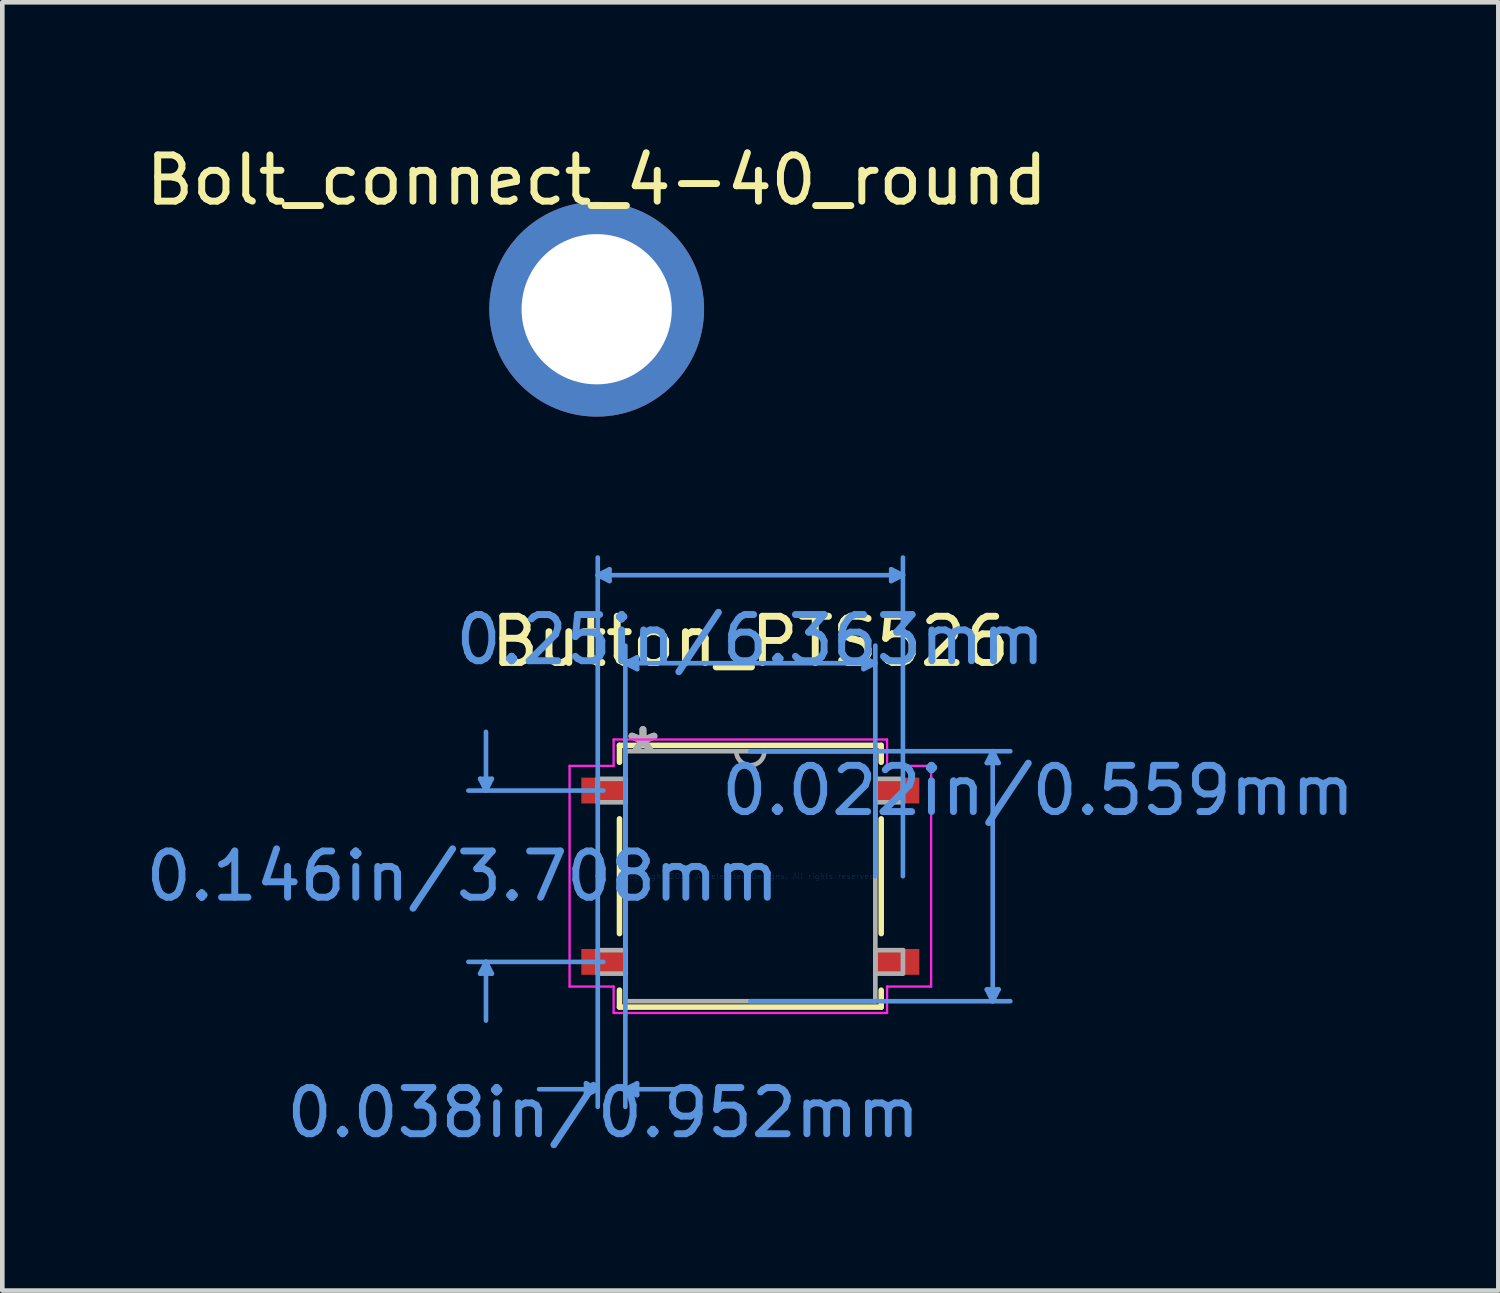
<source format=kicad_pcb>
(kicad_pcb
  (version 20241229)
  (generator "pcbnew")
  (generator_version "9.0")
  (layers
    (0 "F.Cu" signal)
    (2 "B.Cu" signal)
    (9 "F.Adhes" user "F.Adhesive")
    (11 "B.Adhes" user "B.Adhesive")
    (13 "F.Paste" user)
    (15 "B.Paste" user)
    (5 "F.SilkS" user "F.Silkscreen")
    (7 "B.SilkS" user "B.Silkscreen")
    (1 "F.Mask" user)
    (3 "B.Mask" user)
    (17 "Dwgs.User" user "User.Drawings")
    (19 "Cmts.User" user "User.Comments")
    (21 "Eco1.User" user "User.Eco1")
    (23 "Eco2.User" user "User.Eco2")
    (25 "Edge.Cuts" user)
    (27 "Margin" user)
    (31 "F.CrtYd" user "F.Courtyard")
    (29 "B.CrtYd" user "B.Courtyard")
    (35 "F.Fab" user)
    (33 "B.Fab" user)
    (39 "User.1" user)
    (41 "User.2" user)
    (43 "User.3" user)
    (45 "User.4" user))
  (footprint "Button_PTS526"
    (layer "F.Cu")
    (at 13.188 15.912)
    (property "Reference" "Button_PTS526" (at 0 -5.08 0) (layer "F.SilkS") (effects (font (size 1 1) (thickness 0.15))))
    (attr through_hole)
    (fp_line (start -2.832 -2.832) (end -2.832 -2.466) (stroke (width 0.12) (type solid)) (layer "F.SilkS"))
    (fp_line (start -2.832 -1.242) (end -2.832 1.242) (stroke (width 0.12) (type solid)) (layer "F.SilkS"))
    (fp_line (start -2.832 2.466) (end -2.832 2.832) (stroke (width 0.12) (type solid)) (layer "F.SilkS"))
    (fp_line (start -2.832 2.832) (end 2.832 2.832) (stroke (width 0.12) (type solid)) (layer "F.SilkS"))
    (fp_line (start 2.832 -2.832) (end -2.832 -2.832) (stroke (width 0.12) (type solid)) (layer "F.SilkS"))
    (fp_line (start 2.832 -2.466) (end 2.832 -2.832) (stroke (width 0.12) (type solid)) (layer "F.SilkS"))
    (fp_line (start 2.832 1.242) (end 2.832 -1.242) (stroke (width 0.12) (type solid)) (layer "F.SilkS"))
    (fp_line (start 2.832 2.832) (end 2.832 2.466) (stroke (width 0.12) (type solid)) (layer "F.SilkS"))
    (fp_line (start -5.848 -2.108) (end -5.594 -2.108) (stroke (width 0.1) (type solid)) (layer "Cmts.User"))
    (fp_line (start -5.848 2.108) (end -5.594 2.108) (stroke (width 0.1) (type solid)) (layer "Cmts.User"))
    (fp_line (start -5.721 -1.854) (end -5.848 -2.108) (stroke (width 0.1) (type solid)) (layer "Cmts.User"))
    (fp_line (start -5.721 -1.854) (end -5.721 -3.124) (stroke (width 0.1) (type solid)) (layer "Cmts.User"))
    (fp_line (start -5.721 -1.854) (end -5.594 -2.108) (stroke (width 0.1) (type solid)) (layer "Cmts.User"))
    (fp_line (start -5.721 1.854) (end -5.848 2.108) (stroke (width 0.1) (type solid)) (layer "Cmts.User"))
    (fp_line (start -5.721 1.854) (end -5.721 3.124) (stroke (width 0.1) (type solid)) (layer "Cmts.User"))
    (fp_line (start -5.721 1.854) (end -5.594 2.108) (stroke (width 0.1) (type solid)) (layer "Cmts.User"))
    (fp_line (start -3.556 4.483) (end -3.556 4.737) (stroke (width 0.1) (type solid)) (layer "Cmts.User"))
    (fp_line (start -3.302 -6.515) (end -3.048 -6.642) (stroke (width 0.1) (type solid)) (layer "Cmts.User"))
    (fp_line (start -3.302 -6.515) (end -3.048 -6.388) (stroke (width 0.1) (type solid)) (layer "Cmts.User"))
    (fp_line (start -3.302 -6.515) (end 3.302 -6.515) (stroke (width 0.1) (type solid)) (layer "Cmts.User"))
    (fp_line (start -3.302 0) (end -3.302 -6.896) (stroke (width 0.1) (type solid)) (layer "Cmts.User"))
    (fp_line (start -3.302 0) (end -3.302 4.991) (stroke (width 0.1) (type solid)) (layer "Cmts.User"))
    (fp_line (start -3.302 4.61) (end -4.572 4.61) (stroke (width 0.1) (type solid)) (layer "Cmts.User"))
    (fp_line (start -3.302 4.61) (end -3.556 4.483) (stroke (width 0.1) (type solid)) (layer "Cmts.User"))
    (fp_line (start -3.302 4.61) (end -3.556 4.737) (stroke (width 0.1) (type solid)) (layer "Cmts.User"))
    (fp_line (start -3.181 -1.854) (end -6.102 -1.854) (stroke (width 0.1) (type solid)) (layer "Cmts.User"))
    (fp_line (start -3.181 1.854) (end -6.102 1.854) (stroke (width 0.1) (type solid)) (layer "Cmts.User"))
    (fp_line (start -3.048 -6.642) (end -3.048 -6.388) (stroke (width 0.1) (type solid)) (layer "Cmts.User"))
    (fp_line (start -2.705 -4.61) (end -2.451 -4.737) (stroke (width 0.1) (type solid)) (layer "Cmts.User"))
    (fp_line (start -2.705 -4.61) (end -2.451 -4.483) (stroke (width 0.1) (type solid)) (layer "Cmts.User"))
    (fp_line (start -2.705 -4.61) (end 2.705 -4.61) (stroke (width 0.1) (type solid)) (layer "Cmts.User"))
    (fp_line (start -2.705 0) (end -2.705 -4.991) (stroke (width 0.1) (type solid)) (layer "Cmts.User"))
    (fp_line (start -2.705 0) (end -2.705 4.991) (stroke (width 0.1) (type solid)) (layer "Cmts.User"))
    (fp_line (start -2.705 4.61) (end -2.451 4.483) (stroke (width 0.1) (type solid)) (layer "Cmts.User"))
    (fp_line (start -2.705 4.61) (end -2.451 4.737) (stroke (width 0.1) (type solid)) (layer "Cmts.User"))
    (fp_line (start -2.705 4.61) (end -1.435 4.61) (stroke (width 0.1) (type solid)) (layer "Cmts.User"))
    (fp_line (start -2.451 -4.737) (end -2.451 -4.483) (stroke (width 0.1) (type solid)) (layer "Cmts.User"))
    (fp_line (start -2.451 4.483) (end -2.451 4.737) (stroke (width 0.1) (type solid)) (layer "Cmts.User"))
    (fp_line (start 0 -2.705) (end 5.626 -2.705) (stroke (width 0.1) (type solid)) (layer "Cmts.User"))
    (fp_line (start 0 2.705) (end 5.626 2.705) (stroke (width 0.1) (type solid)) (layer "Cmts.User"))
    (fp_line (start 2.451 -4.737) (end 2.451 -4.483) (stroke (width 0.1) (type solid)) (layer "Cmts.User"))
    (fp_line (start 2.705 -4.61) (end 2.451 -4.737) (stroke (width 0.1) (type solid)) (layer "Cmts.User"))
    (fp_line (start 2.705 -4.61) (end 2.451 -4.483) (stroke (width 0.1) (type solid)) (layer "Cmts.User"))
    (fp_line (start 2.705 0) (end 2.705 -4.991) (stroke (width 0.1) (type solid)) (layer "Cmts.User"))
    (fp_line (start 3.048 -6.642) (end 3.048 -6.388) (stroke (width 0.1) (type solid)) (layer "Cmts.User"))
    (fp_line (start 3.302 -6.515) (end 3.048 -6.642) (stroke (width 0.1) (type solid)) (layer "Cmts.User"))
    (fp_line (start 3.302 -6.515) (end 3.048 -6.388) (stroke (width 0.1) (type solid)) (layer "Cmts.User"))
    (fp_line (start 3.302 0) (end 3.302 -6.896) (stroke (width 0.1) (type solid)) (layer "Cmts.User"))
    (fp_line (start 5.118 -2.451) (end 5.372 -2.451) (stroke (width 0.1) (type solid)) (layer "Cmts.User"))
    (fp_line (start 5.118 2.451) (end 5.372 2.451) (stroke (width 0.1) (type solid)) (layer "Cmts.User"))
    (fp_line (start 5.245 -2.705) (end 5.118 -2.451) (stroke (width 0.1) (type solid)) (layer "Cmts.User"))
    (fp_line (start 5.245 -2.705) (end 5.245 2.705) (stroke (width 0.1) (type solid)) (layer "Cmts.User"))
    (fp_line (start 5.245 -2.705) (end 5.372 -2.451) (stroke (width 0.1) (type solid)) (layer "Cmts.User"))
    (fp_line (start 5.245 2.705) (end 5.118 2.451) (stroke (width 0.1) (type solid)) (layer "Cmts.User"))
    (fp_line (start 5.245 2.705) (end 5.372 2.451) (stroke (width 0.1) (type solid)) (layer "Cmts.User"))
    (fp_line (start -3.912 -2.388) (end -2.959 -2.388) (stroke (width 0.05) (type solid)) (layer "F.CrtYd"))
    (fp_line (start -3.912 2.388) (end -3.912 -2.388) (stroke (width 0.05) (type solid)) (layer "F.CrtYd"))
    (fp_line (start -2.959 -2.959) (end 2.959 -2.959) (stroke (width 0.05) (type solid)) (layer "F.CrtYd"))
    (fp_line (start -2.959 -2.388) (end -2.959 -2.959) (stroke (width 0.05) (type solid)) (layer "F.CrtYd"))
    (fp_line (start -2.959 2.388) (end -3.912 2.388) (stroke (width 0.05) (type solid)) (layer "F.CrtYd"))
    (fp_line (start -2.959 2.959) (end -2.959 2.388) (stroke (width 0.05) (type solid)) (layer "F.CrtYd"))
    (fp_line (start 2.959 -2.959) (end 2.959 -2.388) (stroke (width 0.05) (type solid)) (layer "F.CrtYd"))
    (fp_line (start 2.959 -2.388) (end 3.912 -2.388) (stroke (width 0.05) (type solid)) (layer "F.CrtYd"))
    (fp_line (start 2.959 2.388) (end 2.959 2.959) (stroke (width 0.05) (type solid)) (layer "F.CrtYd"))
    (fp_line (start 2.959 2.959) (end -2.959 2.959) (stroke (width 0.05) (type solid)) (layer "F.CrtYd"))
    (fp_line (start 3.912 -2.388) (end 3.912 2.388) (stroke (width 0.05) (type solid)) (layer "F.CrtYd"))
    (fp_line (start 3.912 2.388) (end 2.959 2.388) (stroke (width 0.05) (type solid)) (layer "F.CrtYd"))
    (fp_line (start -3.302 -2.108) (end -3.302 -1.6) (stroke (width 0.1) (type solid)) (layer "F.Fab"))
    (fp_line (start -3.302 -1.6) (end -2.705 -1.6) (stroke (width 0.1) (type solid)) (layer "F.Fab"))
    (fp_line (start -3.302 1.6) (end -3.302 2.108) (stroke (width 0.1) (type solid)) (layer "F.Fab"))
    (fp_line (start -3.302 2.108) (end -2.705 2.108) (stroke (width 0.1) (type solid)) (layer "F.Fab"))
    (fp_line (start -2.705 -2.705) (end -2.705 2.705) (stroke (width 0.1) (type solid)) (layer "F.Fab"))
    (fp_line (start -2.705 -2.108) (end -3.302 -2.108) (stroke (width 0.1) (type solid)) (layer "F.Fab"))
    (fp_line (start -2.705 -1.6) (end -2.705 -2.108) (stroke (width 0.1) (type solid)) (layer "F.Fab"))
    (fp_line (start -2.705 1.6) (end -3.302 1.6) (stroke (width 0.1) (type solid)) (layer "F.Fab"))
    (fp_line (start -2.705 2.108) (end -2.705 1.6) (stroke (width 0.1) (type solid)) (layer "F.Fab"))
    (fp_line (start -2.705 2.705) (end 2.705 2.705) (stroke (width 0.1) (type solid)) (layer "F.Fab"))
    (fp_line (start 2.705 -2.705) (end -2.705 -2.705) (stroke (width 0.1) (type solid)) (layer "F.Fab"))
    (fp_line (start 2.705 -2.108) (end 2.705 -1.6) (stroke (width 0.1) (type solid)) (layer "F.Fab"))
    (fp_line (start 2.705 -1.6) (end 3.302 -1.6) (stroke (width 0.1) (type solid)) (layer "F.Fab"))
    (fp_line (start 2.705 1.6) (end 2.705 2.108) (stroke (width 0.1) (type solid)) (layer "F.Fab"))
    (fp_line (start 2.705 2.108) (end 3.302 2.108) (stroke (width 0.1) (type solid)) (layer "F.Fab"))
    (fp_line (start 2.705 2.705) (end 2.705 -2.705) (stroke (width 0.1) (type solid)) (layer "F.Fab"))
    (fp_line (start 3.302 -2.108) (end 2.705 -2.108) (stroke (width 0.1) (type solid)) (layer "F.Fab"))
    (fp_line (start 3.302 -1.6) (end 3.302 -2.108) (stroke (width 0.1) (type solid)) (layer "F.Fab"))
    (fp_line (start 3.302 1.6) (end 2.705 1.6) (stroke (width 0.1) (type solid)) (layer "F.Fab"))
    (fp_line (start 3.302 2.108) (end 3.302 1.6) (stroke (width 0.1) (type solid)) (layer "F.Fab"))
    (fp_arc (start 0.3048 -2.7051) (mid 0 -2.4003) (end -0.3048 -2.7051) (stroke (width 0.1) (type solid)) (layer "F.Fab"))
    (fp_text user "0.038in/0.952mm" (at -3.181 5.118 0) (layer "Cmts.User") (effects (font (size 1 1) (thickness 0.15))))
    (fp_text user "0.25in/6.363mm" (at 0 -5.118 0) (layer "Cmts.User") (effects (font (size 1 1) (thickness 0.15))))
    (fp_text user "Copyright 2021 Accelerated Designs. All rights reserved." (at 0 0 0) (layer "Cmts.User") (effects (font (size 0.127 0.127) (thickness 0.002))))
    (fp_text user "0.146in/3.708mm" (at -6.229 0 0) (layer "Cmts.User") (effects (font (size 1 1) (thickness 0.15))))
    (fp_text user "0.022in/0.559mm" (at 6.229 -1.854 0) (layer "Cmts.User") (effects (font (size 1 1) (thickness 0.15))))
    (fp_text user "*" (at -2.324 -2.629 0) (layer "F.Fab") (effects (font (size 1 1) (thickness 0.15))))
    (fp_text user "*" (at -2.324 -2.629 0) (layer "F.Fab") (effects (font (size 1 1) (thickness 0.15))))
    (pad "1" smd rect (at -3.181 -1.854) (size 0.953 0.559) (layers "F.Cu" "F.Mask" "F.Paste"))
    (pad "2" smd rect (at 3.181 -1.854) (size 0.953 0.559) (layers "F.Cu" "F.Mask" "F.Paste"))
    (pad "3" smd rect (at -3.181 1.854) (size 0.953 0.559) (layers "F.Cu" "F.Mask" "F.Paste"))
    (pad "4" smd rect (at 3.181 1.854) (size 0.953 0.559) (layers "F.Cu" "F.Mask" "F.Paste")))
  (footprint "Bolt_connect_4-40_round"
    (layer "F.Cu")
    (at 9.863 3.642)
    (property "Reference" "Bolt_connect_4-40_round" (at 0 -2.794 0) (layer "F.SilkS") (effects (font (size 1 1) (thickness 0.15))))
    (attr through_hole)
    (pad "1" thru_hole circle (at 0 0) (size 4.648 4.648) (drill 3.251) (layers "*.Cu" "*.Mask")))
  (gr_rect
    (start -3 -3)
    (end 29.375 24.879)
    (stroke (width 0.1) (type default))
    (fill no)
    (layer "Edge.Cuts")))
</source>
